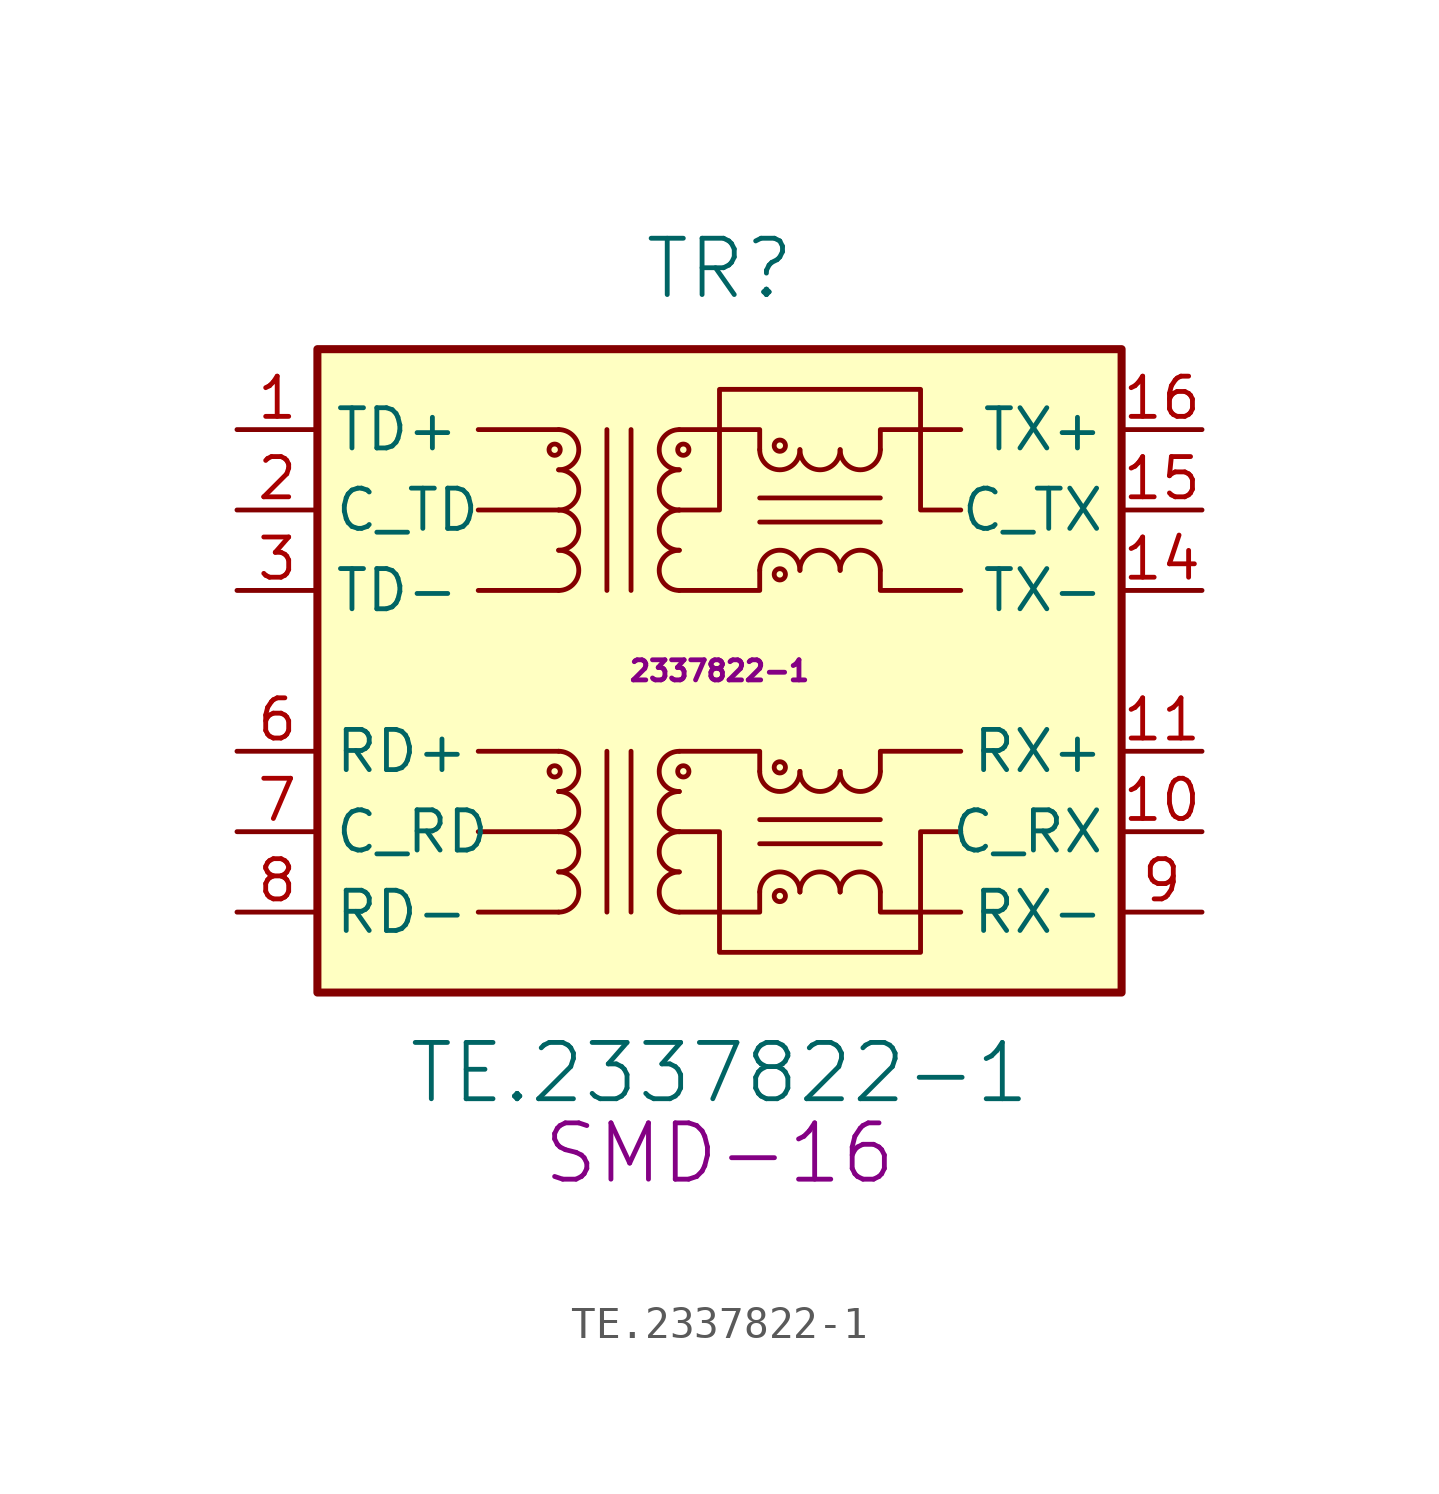
<source format=kicad_sym>
(kicad_symbol_lib
  (version 20201005)
  (generator kicad_symbol_editor)
  (symbol "T.Data:TE.2337822-1"
    (property "Reference" "TR"
      (at 0 12.7 0)
      (effects (font (size 1.778 1.778))))
    (property "Value" "TE.2337822-1"
      (at 0 -12.7 0)
      (effects (font (size 1.778 1.778))))
    (property "Package" "SMD-16"
      (at 0 -15.24 0)
      (effects (font (size 1.778 1.778))))
    (property "MPN" "2337822-1"
      (at 0 0 0)
      (effects (font (size 0.635 0.635))))
    (symbol "TE.2337822-1_0_1"
      (arc (start -5.08 6.35) (end -5.08 7.62) (radius (at -5.08 6.985) (length 0.635) (angles -89.9 89.9)) (stroke (width 0)) (fill (type none)))
      (circle (center -5.207 6.985) (radius 0.178) (stroke (width 0)) (fill (type none)))
      (rectangle (start -12.7 10.16) (end 12.7 -10.16) (stroke (width 0.254)) (fill (type background)))
      (polyline (pts (xy -5.08 2.54) (xy -7.62 2.54)) (stroke (width 0)) (fill (type none)))
      (polyline (pts (xy -5.08 5.08) (xy -7.62 5.08)) (stroke (width 0)) (fill (type none)))
      (polyline (pts (xy -5.08 7.62) (xy -7.62 7.62)) (stroke (width 0)) (fill (type none)))
      (polyline (pts (xy -3.556 -2.54) (xy -3.556 -7.62)) (stroke (width 0)) (fill (type none)))
      (polyline (pts (xy -3.556 2.54) (xy -3.556 7.62)) (stroke (width 0)) (fill (type none)))
      (polyline (pts (xy -2.794 -7.62) (xy -2.794 -2.54)) (stroke (width 0)) (fill (type none)))
      (polyline (pts (xy -2.794 7.62) (xy -2.794 2.54)) (stroke (width 0)) (fill (type none)))
      (polyline (pts (xy 1.27 4.699) (xy 5.08 4.699)) (stroke (width 0)) (fill (type none)))
      (polyline (pts (xy 1.27 5.461) (xy 5.08 5.461)) (stroke (width 0)) (fill (type none)))
      (polyline (pts (xy -1.27 2.54) (xy 1.27 2.54) (xy 1.27 3.175)) (stroke (width 0)) (fill (type none)))
      (polyline (pts (xy 1.27 6.985) (xy 1.27 7.62) (xy -1.27 7.62)) (stroke (width 0)) (fill (type none)))
      (polyline (pts (xy 5.08 3.175) (xy 5.08 2.54) (xy 7.62 2.54)) (stroke (width 0)) (fill (type none)))
      (polyline (pts (xy 5.08 6.985) (xy 5.08 7.62) (xy 7.62 7.62)) (stroke (width 0)) (fill (type none)))
      (polyline (pts (xy -1.27 5.08) (xy 0 5.08) (xy 0 8.89) (xy 6.35 8.89) (xy 6.35 5.08) (xy 7.62 5.08)) (stroke (width 0)) (fill (type none))))
    (symbol "TE.2337822-1_1_1"
      (arc (start -5.08 -7.62) (end -5.08 -6.35) (radius (at -5.08 -6.985) (length 0.635) (angles -89.9 89.9)) (stroke (width 0)) (fill (type none)))
      (arc (start -5.08 -6.35) (end -5.08 -5.08) (radius (at -5.08 -5.715) (length 0.635) (angles -89.9 89.9)) (stroke (width 0)) (fill (type none)))
      (arc (start -5.08 -5.08) (end -5.08 -3.81) (radius (at -5.08 -4.445) (length 0.635) (angles -89.9 89.9)) (stroke (width 0)) (fill (type none)))
      (arc (start -5.08 -3.81) (end -5.08 -2.54) (radius (at -5.08 -3.175) (length 0.635) (angles -89.9 89.9)) (stroke (width 0)) (fill (type none)))
      (arc (start -5.08 2.54) (end -5.08 3.81) (radius (at -5.08 3.175) (length 0.635) (angles -89.9 89.9)) (stroke (width 0)) (fill (type none)))
      (arc (start -5.08 3.81) (end -5.08 5.08) (radius (at -5.08 4.445) (length 0.635) (angles -89.9 89.9)) (stroke (width 0)) (fill (type none)))
      (arc (start -5.08 5.08) (end -5.08 6.35) (radius (at -5.08 5.715) (length 0.635) (angles -89.9 89.9)) (stroke (width 0)) (fill (type none)))
      (arc (start -1.27 -6.35) (end -1.27 -7.62) (radius (at -1.27 -6.985) (length 0.635) (angles 90.1 -90.1)) (stroke (width 0)) (fill (type none)))
      (arc (start -1.27 -5.08) (end -1.27 -6.35) (radius (at -1.27 -5.715) (length 0.635) (angles 90.1 -90.1)) (stroke (width 0)) (fill (type none)))
      (arc (start -1.27 -3.81) (end -1.27 -5.08) (radius (at -1.27 -4.445) (length 0.635) (angles 90.1 -90.1)) (stroke (width 0)) (fill (type none)))
      (arc (start -1.27 -2.54) (end -1.27 -3.81) (radius (at -1.27 -3.175) (length 0.635) (angles 90.1 -90.1)) (stroke (width 0)) (fill (type none)))
      (arc (start -1.27 3.81) (end -1.27 2.54) (radius (at -1.27 3.175) (length 0.635) (angles 90.1 -90.1)) (stroke (width 0)) (fill (type none)))
      (arc (start -1.27 5.08) (end -1.27 3.81) (radius (at -1.27 4.445) (length 0.635) (angles 90.1 -90.1)) (stroke (width 0)) (fill (type none)))
      (arc (start -1.27 6.35) (end -1.27 5.08) (radius (at -1.27 5.715) (length 0.635) (angles 90.1 -90.1)) (stroke (width 0)) (fill (type none)))
      (arc (start -1.27 7.62) (end -1.27 6.35) (radius (at -1.27 6.985) (length 0.635) (angles 90.1 -90.1)) (stroke (width 0)) (fill (type none)))
      (arc (start 2.54 -6.985) (end 1.27 -6.985) (radius (at 1.905 -6.985) (length 0.635) (angles 0.1 179.9)) (stroke (width 0)) (fill (type none)))
      (arc (start 1.27 -3.175) (end 2.54 -3.175) (radius (at 1.905 -3.175) (length 0.635) (angles -179.9 -0.1)) (stroke (width 0)) (fill (type none)))
      (arc (start 2.54 3.175) (end 1.27 3.175) (radius (at 1.905 3.175) (length 0.635) (angles 0.1 179.9)) (stroke (width 0)) (fill (type none)))
      (arc (start 1.27 6.985) (end 2.54 6.985) (radius (at 1.905 6.985) (length 0.635) (angles -179.9 -0.1)) (stroke (width 0)) (fill (type none)))
      (arc (start 3.81 -6.985) (end 2.54 -6.985) (radius (at 3.175 -6.985) (length 0.635) (angles 0.1 179.9)) (stroke (width 0)) (fill (type none)))
      (arc (start 2.54 -3.175) (end 3.81 -3.175) (radius (at 3.175 -3.175) (length 0.635) (angles -179.9 -0.1)) (stroke (width 0)) (fill (type none)))
      (arc (start 3.81 3.175) (end 2.54 3.175) (radius (at 3.175 3.175) (length 0.635) (angles 0.1 179.9)) (stroke (width 0)) (fill (type none)))
      (arc (start 2.54 6.985) (end 3.81 6.985) (radius (at 3.175 6.985) (length 0.635) (angles -179.9 -0.1)) (stroke (width 0)) (fill (type none)))
      (arc (start 5.08 -6.985) (end 3.81 -6.985) (radius (at 4.445 -6.985) (length 0.635) (angles 0.1 179.9)) (stroke (width 0)) (fill (type none)))
      (arc (start 3.81 -3.175) (end 5.08 -3.175) (radius (at 4.445 -3.175) (length 0.635) (angles -179.9 -0.1)) (stroke (width 0)) (fill (type none)))
      (arc (start 5.08 3.175) (end 3.81 3.175) (radius (at 4.445 3.175) (length 0.635) (angles 0.1 179.9)) (stroke (width 0)) (fill (type none)))
      (arc (start 3.81 6.985) (end 5.08 6.985) (radius (at 4.445 6.985) (length 0.635) (angles -179.9 -0.1)) (stroke (width 0)) (fill (type none)))
      (circle (center -5.207 -3.175) (radius 0.178) (stroke (width 0)) (fill (type none)))
      (circle (center -1.143 -3.175) (radius 0.178) (stroke (width 0)) (fill (type none)))
      (circle (center -1.143 6.985) (radius 0.178) (stroke (width 0)) (fill (type none)))
      (circle (center 1.905 -7.112) (radius 0.178) (stroke (width 0)) (fill (type none)))
      (circle (center 1.905 -3.048) (radius 0.178) (stroke (width 0)) (fill (type none)))
      (circle (center 1.905 3.048) (radius 0.178) (stroke (width 0)) (fill (type none)))
      (circle (center 1.905 7.112) (radius 0.178) (stroke (width 0)) (fill (type none)))
      (polyline (pts (xy -5.08 -7.62) (xy -7.62 -7.62)) (stroke (width 0)) (fill (type none)))
      (polyline (pts (xy -5.08 -5.08) (xy -7.62 -5.08)) (stroke (width 0)) (fill (type none)))
      (polyline (pts (xy -5.08 -2.54) (xy -7.62 -2.54)) (stroke (width 0)) (fill (type none)))
      (polyline (pts (xy 1.27 -5.461) (xy 5.08 -5.461)) (stroke (width 0)) (fill (type none)))
      (polyline (pts (xy 1.27 -4.699) (xy 5.08 -4.699)) (stroke (width 0)) (fill (type none)))
      (polyline (pts (xy -1.27 -7.62) (xy 1.27 -7.62) (xy 1.27 -6.985)) (stroke (width 0)) (fill (type none)))
      (polyline (pts (xy 1.27 -3.175) (xy 1.27 -2.54) (xy -1.27 -2.54)) (stroke (width 0)) (fill (type none)))
      (polyline (pts (xy 5.08 -6.985) (xy 5.08 -7.62) (xy 7.62 -7.62)) (stroke (width 0)) (fill (type none)))
      (polyline (pts (xy 5.08 -3.175) (xy 5.08 -2.54) (xy 7.62 -2.54)) (stroke (width 0)) (fill (type none)))
      (polyline (pts (xy 7.62 -5.08) (xy 6.35 -5.08) (xy 6.35 -8.89) (xy 0 -8.89) (xy 0 -5.08) (xy -1.27 -5.08)) (stroke (width 0)) (fill (type none)))
      (pin passive line (at -15.24 7.62 0) (length 2.54) (name "TD+" (effects (font (size 1.27 1.27)))) (number "1" (effects (font (size 1.27 1.27)))))
      (pin passive line (at 15.24 -5.08 180) (length 2.54) (name "C_RX" (effects (font (size 1.27 1.27)))) (number "10" (effects (font (size 1.27 1.27)))))
      (pin passive line (at 15.24 -2.54 180) (length 2.54) (name "RX+" (effects (font (size 1.27 1.27)))) (number "11" (effects (font (size 1.27 1.27)))))
      (pin passive line (at 15.24 2.54 180) (length 2.54) (name "TX-" (effects (font (size 1.27 1.27)))) (number "14" (effects (font (size 1.27 1.27)))))
      (pin passive line (at 15.24 5.08 180) (length 2.54) (name "C_TX" (effects (font (size 1.27 1.27)))) (number "15" (effects (font (size 1.27 1.27)))))
      (pin passive line (at 15.24 7.62 180) (length 2.54) (name "TX+" (effects (font (size 1.27 1.27)))) (number "16" (effects (font (size 1.27 1.27)))))
      (pin passive line (at -15.24 5.08 0) (length 2.54) (name "C_TD" (effects (font (size 1.27 1.27)))) (number "2" (effects (font (size 1.27 1.27)))))
      (pin passive line (at -15.24 2.54 0) (length 2.54) (name "TD-" (effects (font (size 1.27 1.27)))) (number "3" (effects (font (size 1.27 1.27)))))
      (pin passive line (at -15.24 -2.54 0) (length 2.54) (name "RD+" (effects (font (size 1.27 1.27)))) (number "6" (effects (font (size 1.27 1.27)))))
      (pin passive line (at -15.24 -5.08 0) (length 2.54) (name "C_RD" (effects (font (size 1.27 1.27)))) (number "7" (effects (font (size 1.27 1.27)))))
      (pin passive line (at -15.24 -7.62 0) (length 2.54) (name "RD-" (effects (font (size 1.27 1.27)))) (number "8" (effects (font (size 1.27 1.27)))))
      (pin passive line (at 15.24 -7.62 180) (length 2.54) (name "RX-" (effects (font (size 1.27 1.27)))) (number "9" (effects (font (size 1.27 1.27))))))))
</source>
